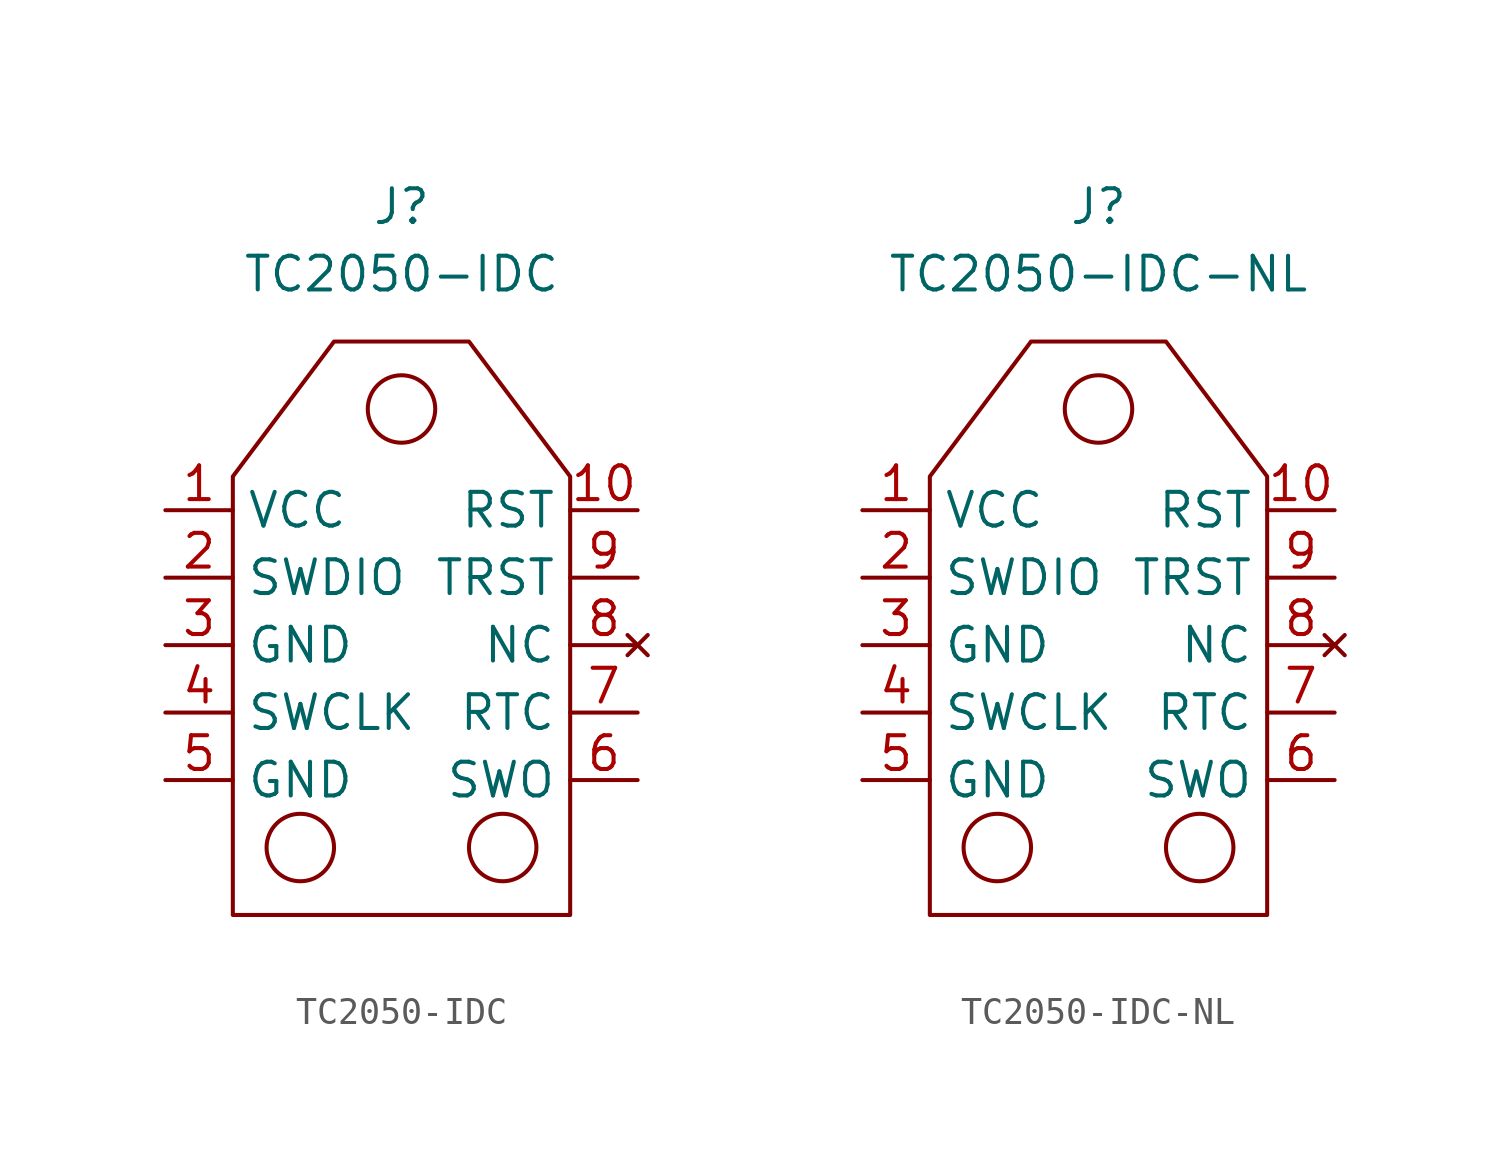
<source format=kicad_sym>
(kicad_symbol_lib
  (version 20220914)
  (generator kicad_symbol_editor)
  (symbol "TC2050-IDC"
    (property "Reference" "J"
      (at 0 16.51 0)
      (effects (font (size 1.27 1.27))))
    (property "Value" "TC2050-IDC"
      (at 0 13.97 0)
      (effects (font (size 1.27 1.27))))
    (symbol "TC2050-IDC_0_1"
      (circle (center -3.81 -7.62) (radius 1.27) (stroke (width 0) (type default)) (fill (type none)))
      (polyline (pts (xy -6.35 6.35) (xy -2.54 11.43) (xy 2.54 11.43) (xy 6.35 6.35) (xy 6.35 -10.16) (xy -6.35 -10.16) (xy -6.35 6.35)) (stroke (width 0) (type default)) (fill (type none)))
      (circle (center 0 8.89) (radius 1.27) (stroke (width 0) (type default)) (fill (type none)))
      (circle (center 3.81 -7.62) (radius 1.27) (stroke (width 0) (type default)) (fill (type none))))
    (symbol "TC2050-IDC_1_1"
      (pin passive line (at -8.89 5.08 0) (length 2.54) (name "VCC" (effects (font (size 1.27 1.27)))) (number "1" (effects (font (size 1.27 1.27)))))
      (pin passive line (at 8.89 5.08 180) (length 2.54) (name "RST" (effects (font (size 1.27 1.27)))) (number "10" (effects (font (size 1.27 1.27)))))
      (pin passive line (at -8.89 2.54 0) (length 2.54) (name "SWDIO" (effects (font (size 1.27 1.27)))) (number "2" (effects (font (size 1.27 1.27)))))
      (pin passive line (at -8.89 0 0) (length 2.54) (name "GND" (effects (font (size 1.27 1.27)))) (number "3" (effects (font (size 1.27 1.27)))))
      (pin passive line (at -8.89 -2.54 0) (length 2.54) (name "SWCLK" (effects (font (size 1.27 1.27)))) (number "4" (effects (font (size 1.27 1.27)))))
      (pin passive line (at -8.89 -5.08 0) (length 2.54) (name "GND" (effects (font (size 1.27 1.27)))) (number "5" (effects (font (size 1.27 1.27)))))
      (pin passive line (at 8.89 -5.08 180) (length 2.54) (name "SWO" (effects (font (size 1.27 1.27)))) (number "6" (effects (font (size 1.27 1.27)))))
      (pin passive line (at 8.89 -2.54 180) (length 2.54) (name "RTC" (effects (font (size 1.27 1.27)))) (number "7" (effects (font (size 1.27 1.27)))))
      (pin no_connect line (at 8.89 0 180) (length 2.54) (name "NC" (effects (font (size 1.27 1.27)))) (number "8" (effects (font (size 1.27 1.27)))))
      (pin passive line (at 8.89 2.54 180) (length 2.54) (name "TRST" (effects (font (size 1.27 1.27)))) (number "9" (effects (font (size 1.27 1.27)))))))
  (symbol "TC2050-IDC-NL"
    (property "Reference" "J"
      (at 0 16.51 0)
      (effects (font (size 1.27 1.27))))
    (property "Value" "TC2050-IDC-NL"
      (at 0 13.97 0)
      (effects (font (size 1.27 1.27))))
    (symbol "TC2050-IDC-NL_0_1"
      (circle (center -3.81 -7.62) (radius 1.27) (stroke (width 0) (type default)) (fill (type none)))
      (polyline (pts (xy -6.35 6.35) (xy -2.54 11.43) (xy 2.54 11.43) (xy 6.35 6.35) (xy 6.35 -10.16) (xy -6.35 -10.16) (xy -6.35 6.35)) (stroke (width 0) (type default)) (fill (type none)))
      (circle (center 0 8.89) (radius 1.27) (stroke (width 0) (type default)) (fill (type none)))
      (circle (center 3.81 -7.62) (radius 1.27) (stroke (width 0) (type default)) (fill (type none))))
    (symbol "TC2050-IDC-NL_1_1"
      (pin passive line (at -8.89 5.08 0) (length 2.54) (name "VCC" (effects (font (size 1.27 1.27)))) (number "1" (effects (font (size 1.27 1.27)))))
      (pin passive line (at 8.89 5.08 180) (length 2.54) (name "RST" (effects (font (size 1.27 1.27)))) (number "10" (effects (font (size 1.27 1.27)))))
      (pin passive line (at -8.89 2.54 0) (length 2.54) (name "SWDIO" (effects (font (size 1.27 1.27)))) (number "2" (effects (font (size 1.27 1.27)))))
      (pin passive line (at -8.89 0 0) (length 2.54) (name "GND" (effects (font (size 1.27 1.27)))) (number "3" (effects (font (size 1.27 1.27)))))
      (pin passive line (at -8.89 -2.54 0) (length 2.54) (name "SWCLK" (effects (font (size 1.27 1.27)))) (number "4" (effects (font (size 1.27 1.27)))))
      (pin passive line (at -8.89 -5.08 0) (length 2.54) (name "GND" (effects (font (size 1.27 1.27)))) (number "5" (effects (font (size 1.27 1.27)))))
      (pin passive line (at 8.89 -5.08 180) (length 2.54) (name "SWO" (effects (font (size 1.27 1.27)))) (number "6" (effects (font (size 1.27 1.27)))))
      (pin passive line (at 8.89 -2.54 180) (length 2.54) (name "RTC" (effects (font (size 1.27 1.27)))) (number "7" (effects (font (size 1.27 1.27)))))
      (pin no_connect line (at 8.89 0 180) (length 2.54) (name "NC" (effects (font (size 1.27 1.27)))) (number "8" (effects (font (size 1.27 1.27)))))
      (pin passive line (at 8.89 2.54 180) (length 2.54) (name "TRST" (effects (font (size 1.27 1.27)))) (number "9" (effects (font (size 1.27 1.27))))))))
</source>
